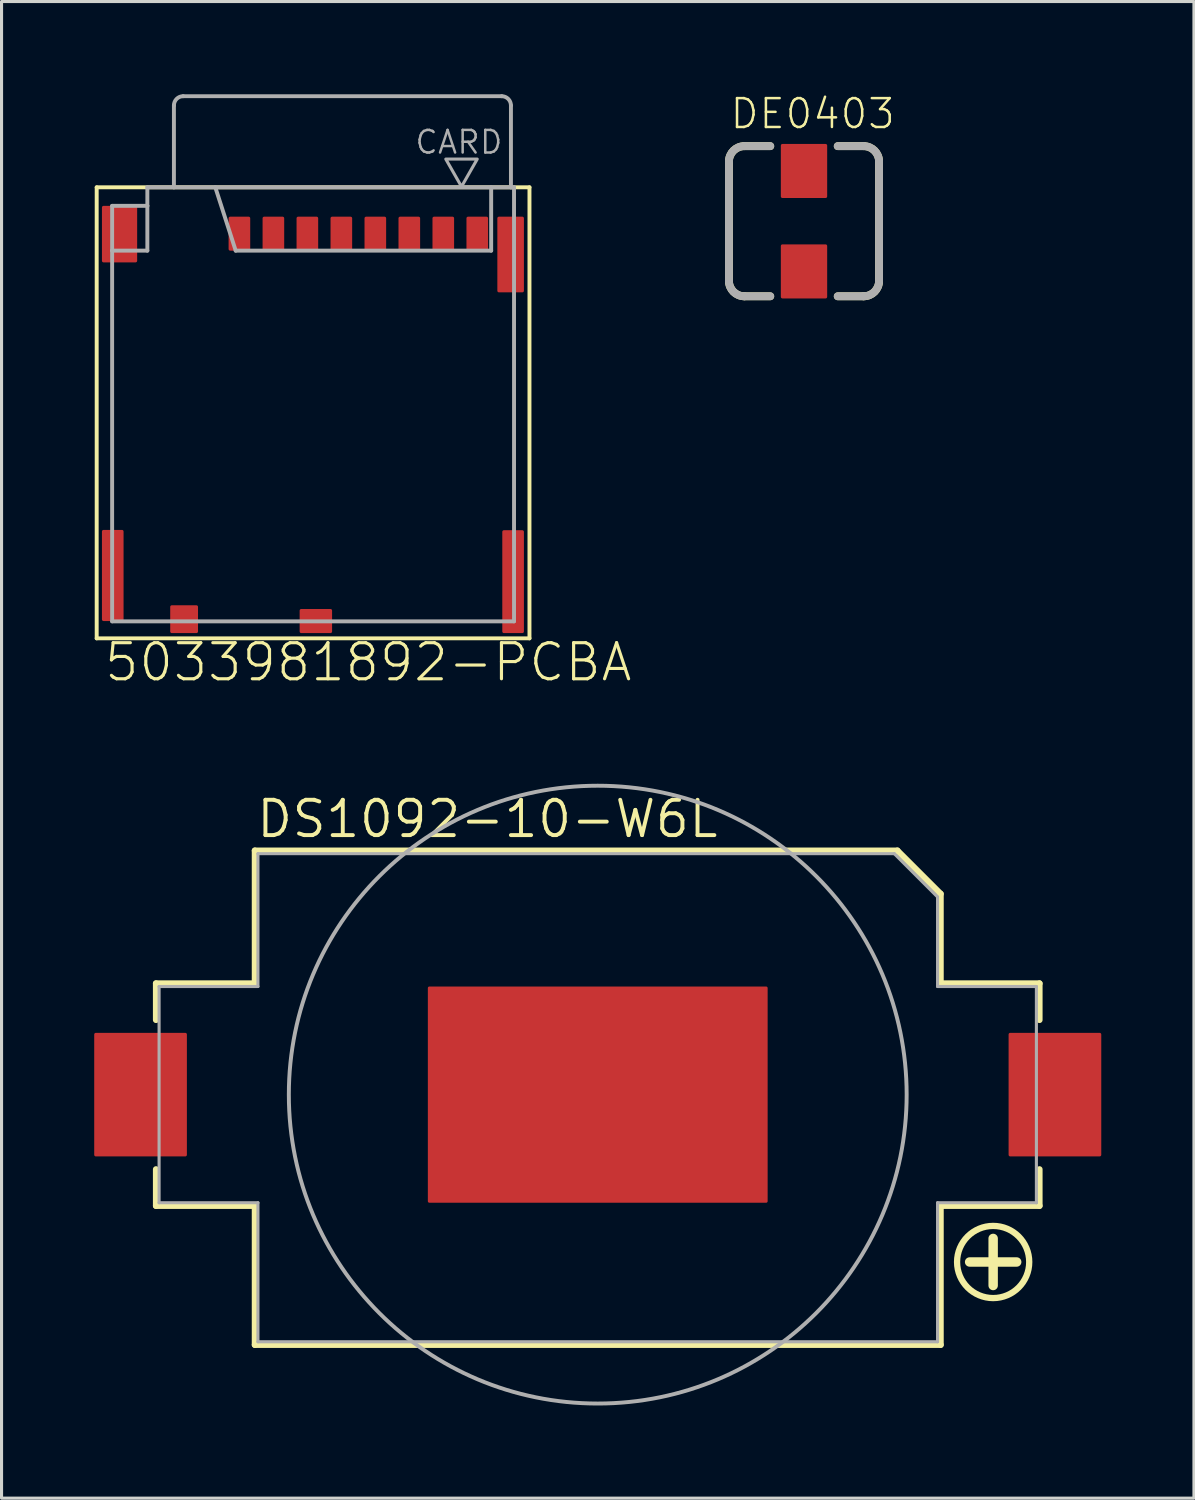
<source format=kicad_pcb>
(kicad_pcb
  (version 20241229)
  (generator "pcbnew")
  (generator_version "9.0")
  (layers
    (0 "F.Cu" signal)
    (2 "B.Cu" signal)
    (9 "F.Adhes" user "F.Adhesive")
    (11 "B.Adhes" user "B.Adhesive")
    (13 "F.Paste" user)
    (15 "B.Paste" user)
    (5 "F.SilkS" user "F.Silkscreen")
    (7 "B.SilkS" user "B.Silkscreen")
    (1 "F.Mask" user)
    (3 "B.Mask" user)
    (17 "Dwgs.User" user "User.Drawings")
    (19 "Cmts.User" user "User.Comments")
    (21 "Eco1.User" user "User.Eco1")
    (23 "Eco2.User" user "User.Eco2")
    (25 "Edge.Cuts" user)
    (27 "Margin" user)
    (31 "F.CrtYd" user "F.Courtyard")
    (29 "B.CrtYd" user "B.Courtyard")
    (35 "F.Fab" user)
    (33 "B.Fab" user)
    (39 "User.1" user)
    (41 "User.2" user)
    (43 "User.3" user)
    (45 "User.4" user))
  (footprint "DS1092-10-W6L"
    (layer "F.Cu")
    (at 16.3 32.385)
    (property "Reference" "DS1092-10-W6L" (at -11.113 -8.255 0) (layer "F.SilkS") (effects (font (size 1.143 1.143) (thickness 0.127)) (justify left bottom)))
    (fp_line (start -14.3 -3.6) (end -14.3 -2.417) (stroke (width 0.2) (type solid)) (layer "F.SilkS"))
    (fp_line (start -14.3 -3.6) (end -11.1 -3.6) (stroke (width 0.2) (type solid)) (layer "F.SilkS"))
    (fp_line (start -14.3 3.6) (end -14.3 2.417) (stroke (width 0.2) (type solid)) (layer "F.SilkS"))
    (fp_line (start -11.1 -7.9) (end 9.7 -7.9) (stroke (width 0.2) (type solid)) (layer "F.SilkS"))
    (fp_line (start -11.1 -3.6) (end -11.1 -7.9) (stroke (width 0.2) (type solid)) (layer "F.SilkS"))
    (fp_line (start -11.1 3.6) (end -14.3 3.6) (stroke (width 0.2) (type solid)) (layer "F.SilkS"))
    (fp_line (start -11.1 8.1) (end -11.1 3.6) (stroke (width 0.2) (type solid)) (layer "F.SilkS"))
    (fp_line (start 9.7 -7.9) (end 11.1 -6.5) (stroke (width 0.2) (type solid)) (layer "F.SilkS"))
    (fp_line (start 11.1 -6.5) (end 11.1 -3.6) (stroke (width 0.2) (type solid)) (layer "F.SilkS"))
    (fp_line (start 11.1 -3.6) (end 14.3 -3.6) (stroke (width 0.2) (type solid)) (layer "F.SilkS"))
    (fp_line (start 11.1 3.6) (end 11.1 8.1) (stroke (width 0.2) (type solid)) (layer "F.SilkS"))
    (fp_line (start 11.1 8.1) (end -11.1 8.1) (stroke (width 0.2) (type solid)) (layer "F.SilkS"))
    (fp_line (start 12.8 4.655) (end 12.8 6.179) (stroke (width 0.305) (type solid)) (layer "F.SilkS"))
    (fp_line (start 13.562 5.418) (end 12.038 5.418) (stroke (width 0.305) (type solid)) (layer "F.SilkS"))
    (fp_line (start 14.3 -3.6) (end 14.3 -2.417) (stroke (width 0.2) (type solid)) (layer "F.SilkS"))
    (fp_line (start 14.3 2.417) (end 14.3 3.6) (stroke (width 0.2) (type solid)) (layer "F.SilkS"))
    (fp_line (start 14.3 3.6) (end 11.1 3.6) (stroke (width 0.2) (type solid)) (layer "F.SilkS"))
    (fp_circle (center 12.8 5.418) (end 13.968 5.418) (stroke (width 0.203) (type solid)) (fill no) (layer "F.SilkS"))
    (fp_line (start -14.2 -3.5) (end -11 -3.5) (stroke (width 0.1) (type solid)) (layer "F.Fab"))
    (fp_line (start -14.2 3.5) (end -14.2 -3.5) (stroke (width 0.1) (type solid)) (layer "F.Fab"))
    (fp_line (start -14.2 3.5) (end -11 3.5) (stroke (width 0.1) (type solid)) (layer "F.Fab"))
    (fp_line (start -11 -7.8) (end 9.6 -7.8) (stroke (width 0.1) (type solid)) (layer "F.Fab"))
    (fp_line (start -11 -3.5) (end -11 -7.8) (stroke (width 0.1) (type solid)) (layer "F.Fab"))
    (fp_line (start -11 3.5) (end -11 8) (stroke (width 0.1) (type solid)) (layer "F.Fab"))
    (fp_line (start -11 8) (end 11 8) (stroke (width 0.1) (type solid)) (layer "F.Fab"))
    (fp_line (start 9.6 -7.8) (end 11 -6.4) (stroke (width 0.1) (type solid)) (layer "F.Fab"))
    (fp_line (start 11 -6.4) (end 11 -3.5) (stroke (width 0.1) (type solid)) (layer "F.Fab"))
    (fp_line (start 11 -3.5) (end 14.2 -3.5) (stroke (width 0.1) (type solid)) (layer "F.Fab"))
    (fp_line (start 11 8) (end 11 3.5) (stroke (width 0.1) (type solid)) (layer "F.Fab"))
    (fp_line (start 14.2 -3.5) (end 14.2 3.5) (stroke (width 0.1) (type solid)) (layer "F.Fab"))
    (fp_line (start 14.2 3.5) (end 11 3.5) (stroke (width 0.1) (type solid)) (layer "F.Fab"))
    (fp_circle (center 0 0) (end 10 0) (stroke (width 0.127) (type solid)) (fill no) (layer "F.Fab"))
    (pad "+" smd roundrect (at 14.8 0) (size 3 4) (layers "F.Cu" "F.Mask" "F.Paste") (roundrect_rratio 0.017))
    (pad "-" smd roundrect (at -14.8 0) (size 3 4) (layers "F.Cu" "F.Mask" "F.Paste") (roundrect_rratio 0.017))
    (pad "PS1" smd roundrect (at 0 0) (size 11 7) (layers "F.Cu" "F.Mask" "F.Paste") (roundrect_rratio 0.007)))
  (footprint "5033981892-PCBA"
    (layer "F.Cu")
    (at 0.25 17.444)
    (property "Reference" "5033981892-PCBA" (at 0.018 1.627 0) (layer "F.SilkS") (effects (font (size 1.168 1.168) (thickness 0.102)) (justify left bottom)))
    (fp_line (start -0.17 -14.43) (end 13.84 -14.43) (stroke (width 0.127) (type solid)) (layer "F.SilkS"))
    (fp_line (start -0.17 0.17) (end -0.17 -14.43) (stroke (width 0.127) (type solid)) (layer "F.SilkS"))
    (fp_line (start 13.84 -14.43) (end 13.84 0.17) (stroke (width 0.127) (type solid)) (layer "F.SilkS"))
    (fp_line (start 13.84 0.17) (end -0.17 0.17) (stroke (width 0.127) (type solid)) (layer "F.SilkS"))
    (fp_line (start 0.33 -12.38) (end 0.33 -13.83) (stroke (width 0.127) (type solid)) (layer "F.Fab"))
    (fp_line (start 0.33 -0.38) (end 0.33 -12.38) (stroke (width 0.127) (type solid)) (layer "F.Fab"))
    (fp_line (start 1.47 -14.43) (end 1.47 -13.83) (stroke (width 0.127) (type solid)) (layer "F.Fab"))
    (fp_line (start 1.47 -13.83) (end 0.33 -13.83) (stroke (width 0.127) (type solid)) (layer "F.Fab"))
    (fp_line (start 1.47 -13.83) (end 1.47 -12.38) (stroke (width 0.127) (type solid)) (layer "F.Fab"))
    (fp_line (start 1.47 -12.38) (end 0.33 -12.38) (stroke (width 0.127) (type solid)) (layer "F.Fab"))
    (fp_line (start 2.33 -17.08) (end 2.33 -14.43) (stroke (width 0.127) (type solid)) (layer "F.Fab"))
    (fp_line (start 2.33 -14.43) (end 1.47 -14.43) (stroke (width 0.127) (type solid)) (layer "F.Fab"))
    (fp_line (start 3.67 -14.43) (end 2.33 -14.43) (stroke (width 0.127) (type solid)) (layer "F.Fab"))
    (fp_line (start 3.67 -14.43) (end 4.33 -12.38) (stroke (width 0.127) (type solid)) (layer "F.Fab"))
    (fp_line (start 12.6 -14.43) (end 3.67 -14.43) (stroke (width 0.127) (type solid)) (layer "F.Fab"))
    (fp_line (start 12.6 -14.43) (end 12.6 -12.38) (stroke (width 0.127) (type solid)) (layer "F.Fab"))
    (fp_line (start 12.6 -12.38) (end 4.33 -12.38) (stroke (width 0.127) (type solid)) (layer "F.Fab"))
    (fp_line (start 12.94 -17.38) (end 2.63 -17.38) (stroke (width 0.127) (type solid)) (layer "F.Fab"))
    (fp_line (start 13.24 -17.08) (end 13.24 -14.43) (stroke (width 0.127) (type solid)) (layer "F.Fab"))
    (fp_line (start 13.24 -14.43) (end 12.6 -14.43) (stroke (width 0.127) (type solid)) (layer "F.Fab"))
    (fp_line (start 13.24 -14.43) (end 13.34 -14.43) (stroke (width 0.127) (type solid)) (layer "F.Fab"))
    (fp_line (start 13.34 -14.43) (end 13.34 -0.38) (stroke (width 0.127) (type solid)) (layer "F.Fab"))
    (fp_line (start 13.34 -0.38) (end 0.33 -0.38) (stroke (width 0.127) (type solid)) (layer "F.Fab"))
    (fp_arc (start 2.33 -17.08) (mid 2.417868 -17.292132) (end 2.63 -17.38) (stroke (width 0.127) (type solid)) (layer "F.Fab"))
    (fp_arc (start 12.94 -17.38) (mid 13.152132 -17.292132) (end 13.24 -17.08) (stroke (width 0.127) (type solid)) (layer "F.Fab"))
    (fp_poly (pts (xy 11.64 -14.452) (xy 11.131 -15.344) (xy 12.149 -15.344)) (stroke (width 0.1) (type solid)) (fill no) (layer "F.Fab"))
    (fp_text user "CARD" (at 13.02 -16.32 0) (layer "F.Fab") (effects (font (size 0.732 0.732) (thickness 0.081)) (justify right top)))
    (pad "1" smd roundrect (at 4.45 -12.93 180) (size 0.7 1.1) (layers "F.Cu" "F.Mask" "F.Paste") (roundrect_rratio 0.073))
    (pad "2" smd roundrect (at 5.55 -12.93 180) (size 0.7 1.1) (layers "F.Cu" "F.Mask" "F.Paste") (roundrect_rratio 0.073))
    (pad "3" smd roundrect (at 6.65 -12.93 180) (size 0.7 1.1) (layers "F.Cu" "F.Mask" "F.Paste") (roundrect_rratio 0.073))
    (pad "4" smd roundrect (at 7.75 -12.93 180) (size 0.7 1.1) (layers "F.Cu" "F.Mask" "F.Paste") (roundrect_rratio 0.073))
    (pad "5" smd roundrect (at 8.85 -12.93 180) (size 0.7 1.1) (layers "F.Cu" "F.Mask" "F.Paste") (roundrect_rratio 0.073))
    (pad "6" smd roundrect (at 9.95 -12.93 180) (size 0.7 1.1) (layers "F.Cu" "F.Mask" "F.Paste") (roundrect_rratio 0.073))
    (pad "7" smd roundrect (at 11.05 -12.93 180) (size 0.7 1.1) (layers "F.Cu" "F.Mask" "F.Paste") (roundrect_rratio 0.073))
    (pad "8" smd roundrect (at 12.15 -12.93 180) (size 0.7 1.1) (layers "F.Cu" "F.Mask" "F.Paste") (roundrect_rratio 0.073))
    (pad "S" smd roundrect (at 0.57 -12.915 180) (size 1.14 1.83) (layers "F.Cu" "F.Mask" "F.Paste") (roundrect_rratio 0.045))
    (pad "S1" smd roundrect (at 13.23 -12.255 180) (size 0.86 2.45) (layers "F.Cu" "F.Mask" "F.Paste") (roundrect_rratio 0.059))
    (pad "S2" smd roundrect (at 13.31 -1.665 180) (size 0.7 3.33) (layers "F.Cu" "F.Mask" "F.Paste") (roundrect_rratio 0.073))
    (pad "S3" smd roundrect (at 0.35 -1.865 180) (size 0.7 2.95) (layers "F.Cu" "F.Mask" "F.Paste") (roundrect_rratio 0.073))
    (pad "SW1" smd roundrect (at 2.66 -0.45 180) (size 0.9 0.9) (layers "F.Cu" "F.Mask" "F.Paste") (roundrect_rratio 0.056))
    (pad "SW2" smd roundrect (at 6.925 -0.39 180) (size 1.05 0.78) (layers "F.Cu" "F.Mask" "F.Paste") (roundrect_rratio 0.065)))
  (footprint "DE0403"
    (layer "F.Cu")
    (at 22.977 4.111)
    (property "Reference" "DE0403" (at -2.444 -2.932 0) (layer "F.SilkS") (effects (font (size 0.935 0.935) (thickness 0.081)) (justify left bottom)))
    (fp_line (start -2.43 1.93) (end -2.43 -1.93) (stroke (width 0.254) (type solid)) (layer "F.SilkS"))
    (fp_line (start -1.092 -2.43) (end -1.93 -2.43) (stroke (width 0.254) (type solid)) (layer "F.SilkS"))
    (fp_line (start -1.092 2.43) (end -1.93 2.43) (stroke (width 0.254) (type solid)) (layer "F.SilkS"))
    (fp_line (start 1.092 -2.43) (end 1.93 -2.43) (stroke (width 0.254) (type solid)) (layer "F.SilkS"))
    (fp_line (start 1.092 2.43) (end 1.93 2.43) (stroke (width 0.254) (type solid)) (layer "F.SilkS"))
    (fp_line (start 2.43 -1.93) (end 2.43 1.93) (stroke (width 0.254) (type solid)) (layer "F.SilkS"))
    (fp_arc (start -2.43 -1.93) (mid -2.283553 -2.283553) (end -1.93 -2.43) (stroke (width 0.254) (type solid)) (layer "F.SilkS"))
    (fp_arc (start -1.93 2.43) (mid -2.283553 2.283553) (end -2.43 1.93) (stroke (width 0.254) (type solid)) (layer "F.SilkS"))
    (fp_arc (start 1.93 -2.43) (mid 2.283553 -2.283553) (end 2.43 -1.93) (stroke (width 0.254) (type solid)) (layer "F.SilkS"))
    (fp_arc (start 2.43 1.93) (mid 2.283553 2.283553) (end 1.93 2.43) (stroke (width 0.254) (type solid)) (layer "F.SilkS"))
    (fp_line (start -2.43 1.93) (end -2.43 -1.93) (stroke (width 0.254) (type solid)) (layer "F.Fab"))
    (fp_line (start -1.092 -2.43) (end -1.93 -2.43) (stroke (width 0.254) (type solid)) (layer "F.Fab"))
    (fp_line (start -1.092 2.43) (end -1.93 2.43) (stroke (width 0.254) (type solid)) (layer "F.Fab"))
    (fp_line (start 1.092 -2.43) (end 1.93 -2.43) (stroke (width 0.254) (type solid)) (layer "F.Fab"))
    (fp_line (start 1.092 2.43) (end 1.93 2.43) (stroke (width 0.254) (type solid)) (layer "F.Fab"))
    (fp_line (start 2.43 -1.93) (end 2.43 1.93) (stroke (width 0.254) (type solid)) (layer "F.Fab"))
    (fp_arc (start -2.43 -1.93) (mid -2.283553 -2.283553) (end -1.93 -2.43) (stroke (width 0.254) (type solid)) (layer "F.Fab"))
    (fp_arc (start -1.93 2.43) (mid -2.283553 2.283553) (end -2.43 1.93) (stroke (width 0.254) (type solid)) (layer "F.Fab"))
    (fp_arc (start 1.93 -2.43) (mid 2.283553 -2.283553) (end 2.43 -1.93) (stroke (width 0.254) (type solid)) (layer "F.Fab"))
    (fp_arc (start 2.43 1.93) (mid 2.283553 2.283553) (end 1.93 2.43) (stroke (width 0.254) (type solid)) (layer "F.Fab"))
    (pad "1" smd roundrect (at 0 -1.626) (size 1.5 1.75) (layers "F.Cu" "F.Mask" "F.Paste") (roundrect_rratio 0.034))
    (pad "2" smd roundrect (at 0 1.625) (size 1.5 1.75) (layers "F.Cu" "F.Mask" "F.Paste") (roundrect_rratio 0.034)))
  (gr_rect
    (start -3 -3)
    (end 35.6 45.448)
    (stroke (width 0.1) (type default))
    (fill no)
    (layer "Edge.Cuts")))
</source>
